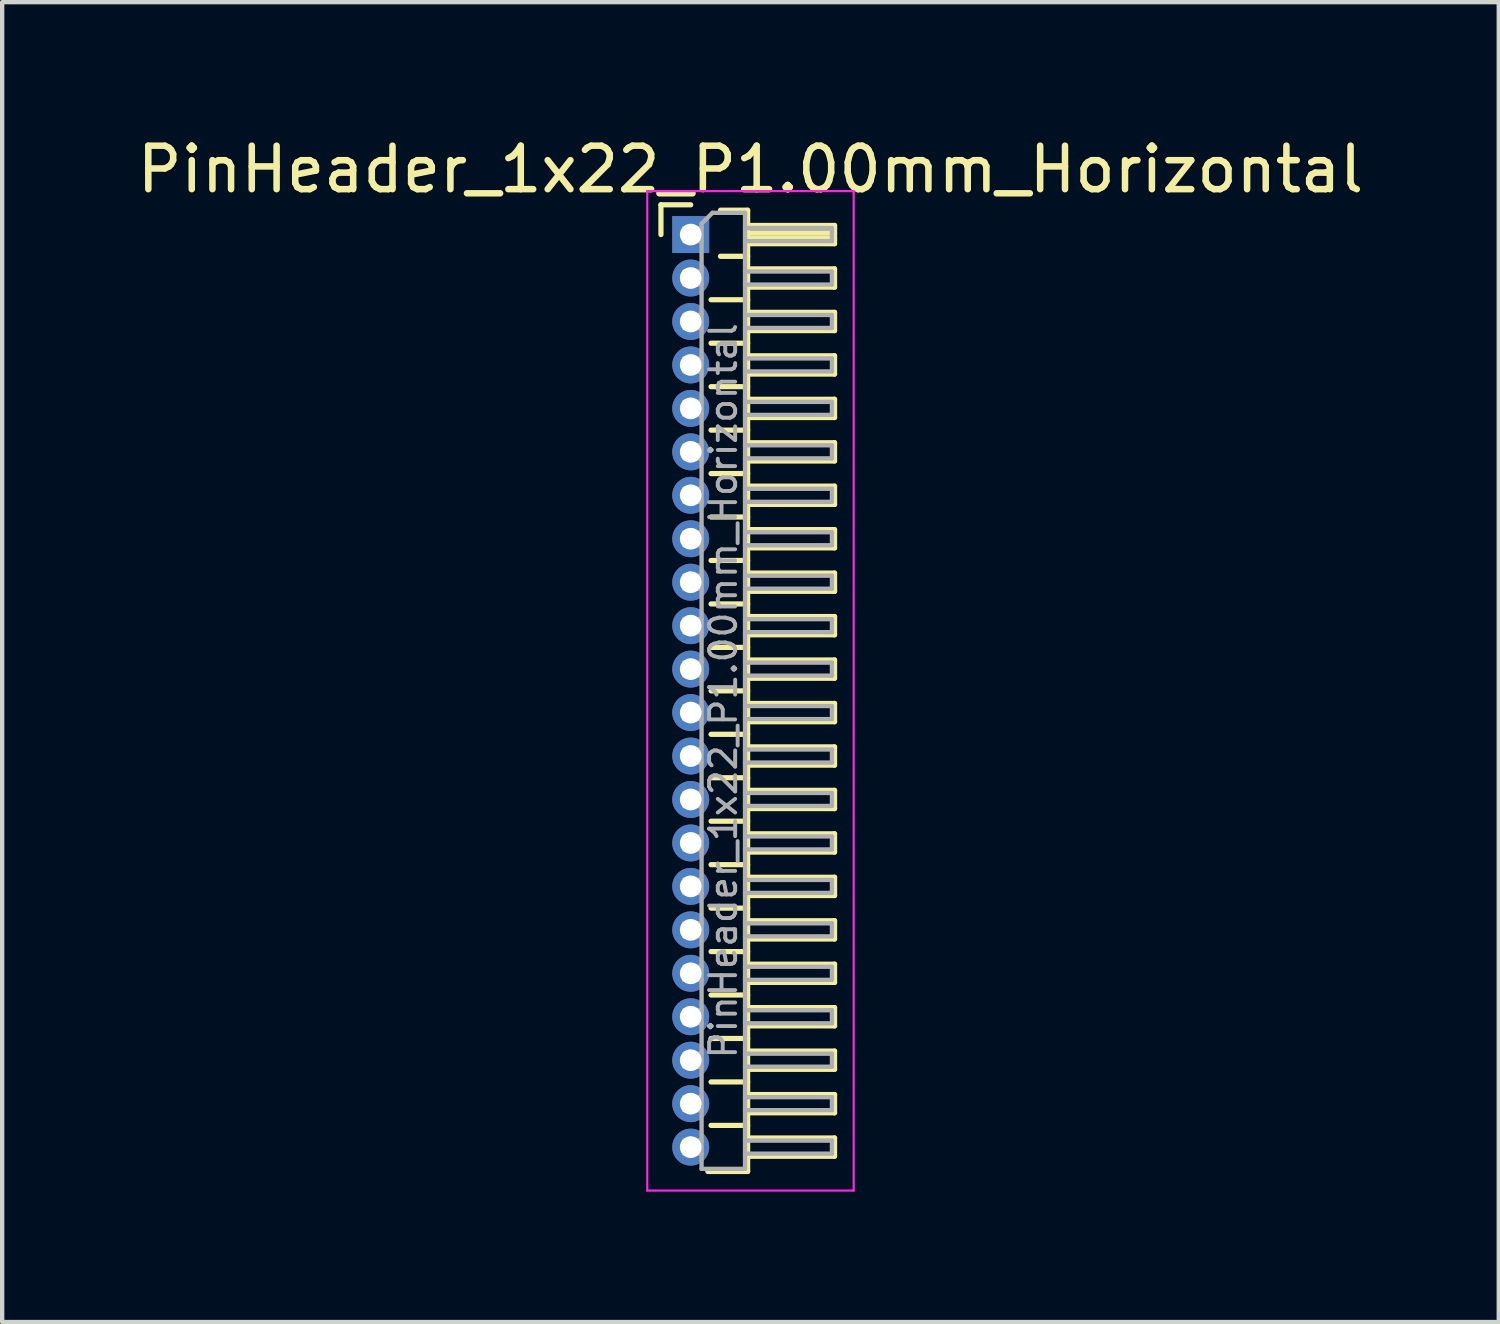
<source format=kicad_pcb>
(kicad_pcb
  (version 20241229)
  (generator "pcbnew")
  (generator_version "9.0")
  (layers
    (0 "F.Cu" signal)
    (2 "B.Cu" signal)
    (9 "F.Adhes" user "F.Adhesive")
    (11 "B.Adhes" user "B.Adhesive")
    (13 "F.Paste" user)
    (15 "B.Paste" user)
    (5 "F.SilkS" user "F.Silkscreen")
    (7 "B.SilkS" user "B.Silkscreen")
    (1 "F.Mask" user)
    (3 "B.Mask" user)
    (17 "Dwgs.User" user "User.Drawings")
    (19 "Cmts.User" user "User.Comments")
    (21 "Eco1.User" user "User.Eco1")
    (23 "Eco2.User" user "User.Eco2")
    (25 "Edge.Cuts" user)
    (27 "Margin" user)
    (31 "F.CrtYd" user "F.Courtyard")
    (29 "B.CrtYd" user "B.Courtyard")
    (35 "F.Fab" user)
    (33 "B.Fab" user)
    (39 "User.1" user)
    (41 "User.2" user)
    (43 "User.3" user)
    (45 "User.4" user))
  (footprint "PinHeader_1x22_P1.00mm_Horizontal"
    (layer "F.Cu")
    (at 12.845 2.348)
    (property "Reference" "PinHeader_1x22_P1.00mm_Horizontal" (at 1.375 -1.5 0) (layer "F.SilkS") (effects (font (size 1 1) (thickness 0.15))))
    (attr through_hole)
    (fp_line (start -0.685 -0.685) (end 0 -0.685) (stroke (width 0.12) (type solid)) (layer "F.SilkS"))
    (fp_line (start -0.685 0) (end -0.685 -0.685) (stroke (width 0.12) (type solid)) (layer "F.SilkS"))
    (fp_line (start 0.468 1.5) (end 1.31 1.5) (stroke (width 0.12) (type solid)) (layer "F.SilkS"))
    (fp_line (start 0.468 2.5) (end 1.31 2.5) (stroke (width 0.12) (type solid)) (layer "F.SilkS"))
    (fp_line (start 0.468 3.5) (end 1.31 3.5) (stroke (width 0.12) (type solid)) (layer "F.SilkS"))
    (fp_line (start 0.468 4.5) (end 1.31 4.5) (stroke (width 0.12) (type solid)) (layer "F.SilkS"))
    (fp_line (start 0.468 5.5) (end 1.31 5.5) (stroke (width 0.12) (type solid)) (layer "F.SilkS"))
    (fp_line (start 0.468 6.5) (end 1.31 6.5) (stroke (width 0.12) (type solid)) (layer "F.SilkS"))
    (fp_line (start 0.468 7.5) (end 1.31 7.5) (stroke (width 0.12) (type solid)) (layer "F.SilkS"))
    (fp_line (start 0.468 8.5) (end 1.31 8.5) (stroke (width 0.12) (type solid)) (layer "F.SilkS"))
    (fp_line (start 0.468 9.5) (end 1.31 9.5) (stroke (width 0.12) (type solid)) (layer "F.SilkS"))
    (fp_line (start 0.468 10.5) (end 1.31 10.5) (stroke (width 0.12) (type solid)) (layer "F.SilkS"))
    (fp_line (start 0.468 11.5) (end 1.31 11.5) (stroke (width 0.12) (type solid)) (layer "F.SilkS"))
    (fp_line (start 0.468 12.5) (end 1.31 12.5) (stroke (width 0.12) (type solid)) (layer "F.SilkS"))
    (fp_line (start 0.468 13.5) (end 1.31 13.5) (stroke (width 0.12) (type solid)) (layer "F.SilkS"))
    (fp_line (start 0.468 14.5) (end 1.31 14.5) (stroke (width 0.12) (type solid)) (layer "F.SilkS"))
    (fp_line (start 0.468 15.5) (end 1.31 15.5) (stroke (width 0.12) (type solid)) (layer "F.SilkS"))
    (fp_line (start 0.468 16.5) (end 1.31 16.5) (stroke (width 0.12) (type solid)) (layer "F.SilkS"))
    (fp_line (start 0.468 17.5) (end 1.31 17.5) (stroke (width 0.12) (type solid)) (layer "F.SilkS"))
    (fp_line (start 0.468 18.5) (end 1.31 18.5) (stroke (width 0.12) (type solid)) (layer "F.SilkS"))
    (fp_line (start 0.468 19.5) (end 1.31 19.5) (stroke (width 0.12) (type solid)) (layer "F.SilkS"))
    (fp_line (start 0.468 20.5) (end 1.31 20.5) (stroke (width 0.12) (type solid)) (layer "F.SilkS"))
    (fp_line (start 0.685 -0.56) (end 1.31 -0.56) (stroke (width 0.12) (type solid)) (layer "F.SilkS"))
    (fp_line (start 0.685 0.5) (end 1.31 0.5) (stroke (width 0.12) (type solid)) (layer "F.SilkS"))
    (fp_line (start 1.31 -0.56) (end 1.31 21.56) (stroke (width 0.12) (type solid)) (layer "F.SilkS"))
    (fp_line (start 1.31 -0.21) (end 3.31 -0.21) (stroke (width 0.12) (type solid)) (layer "F.SilkS"))
    (fp_line (start 1.31 -0.15) (end 3.31 -0.15) (stroke (width 0.12) (type solid)) (layer "F.SilkS"))
    (fp_line (start 1.31 -0.03) (end 3.31 -0.03) (stroke (width 0.12) (type solid)) (layer "F.SilkS"))
    (fp_line (start 1.31 0.09) (end 3.31 0.09) (stroke (width 0.12) (type solid)) (layer "F.SilkS"))
    (fp_line (start 1.31 0.79) (end 3.31 0.79) (stroke (width 0.12) (type solid)) (layer "F.SilkS"))
    (fp_line (start 1.31 1.79) (end 3.31 1.79) (stroke (width 0.12) (type solid)) (layer "F.SilkS"))
    (fp_line (start 1.31 2.79) (end 3.31 2.79) (stroke (width 0.12) (type solid)) (layer "F.SilkS"))
    (fp_line (start 1.31 3.79) (end 3.31 3.79) (stroke (width 0.12) (type solid)) (layer "F.SilkS"))
    (fp_line (start 1.31 4.79) (end 3.31 4.79) (stroke (width 0.12) (type solid)) (layer "F.SilkS"))
    (fp_line (start 1.31 5.79) (end 3.31 5.79) (stroke (width 0.12) (type solid)) (layer "F.SilkS"))
    (fp_line (start 1.31 6.79) (end 3.31 6.79) (stroke (width 0.12) (type solid)) (layer "F.SilkS"))
    (fp_line (start 1.31 7.79) (end 3.31 7.79) (stroke (width 0.12) (type solid)) (layer "F.SilkS"))
    (fp_line (start 1.31 8.79) (end 3.31 8.79) (stroke (width 0.12) (type solid)) (layer "F.SilkS"))
    (fp_line (start 1.31 9.79) (end 3.31 9.79) (stroke (width 0.12) (type solid)) (layer "F.SilkS"))
    (fp_line (start 1.31 10.79) (end 3.31 10.79) (stroke (width 0.12) (type solid)) (layer "F.SilkS"))
    (fp_line (start 1.31 11.79) (end 3.31 11.79) (stroke (width 0.12) (type solid)) (layer "F.SilkS"))
    (fp_line (start 1.31 12.79) (end 3.31 12.79) (stroke (width 0.12) (type solid)) (layer "F.SilkS"))
    (fp_line (start 1.31 13.79) (end 3.31 13.79) (stroke (width 0.12) (type solid)) (layer "F.SilkS"))
    (fp_line (start 1.31 14.79) (end 3.31 14.79) (stroke (width 0.12) (type solid)) (layer "F.SilkS"))
    (fp_line (start 1.31 15.79) (end 3.31 15.79) (stroke (width 0.12) (type solid)) (layer "F.SilkS"))
    (fp_line (start 1.31 16.79) (end 3.31 16.79) (stroke (width 0.12) (type solid)) (layer "F.SilkS"))
    (fp_line (start 1.31 17.79) (end 3.31 17.79) (stroke (width 0.12) (type solid)) (layer "F.SilkS"))
    (fp_line (start 1.31 18.79) (end 3.31 18.79) (stroke (width 0.12) (type solid)) (layer "F.SilkS"))
    (fp_line (start 1.31 19.79) (end 3.31 19.79) (stroke (width 0.12) (type solid)) (layer "F.SilkS"))
    (fp_line (start 1.31 20.79) (end 3.31 20.79) (stroke (width 0.12) (type solid)) (layer "F.SilkS"))
    (fp_line (start 1.31 21.56) (end 0.394 21.56) (stroke (width 0.12) (type solid)) (layer "F.SilkS"))
    (fp_line (start 3.31 -0.21) (end 3.31 0.21) (stroke (width 0.12) (type solid)) (layer "F.SilkS"))
    (fp_line (start 3.31 0.21) (end 1.31 0.21) (stroke (width 0.12) (type solid)) (layer "F.SilkS"))
    (fp_line (start 3.31 0.79) (end 3.31 1.21) (stroke (width 0.12) (type solid)) (layer "F.SilkS"))
    (fp_line (start 3.31 1.21) (end 1.31 1.21) (stroke (width 0.12) (type solid)) (layer "F.SilkS"))
    (fp_line (start 3.31 1.79) (end 3.31 2.21) (stroke (width 0.12) (type solid)) (layer "F.SilkS"))
    (fp_line (start 3.31 2.21) (end 1.31 2.21) (stroke (width 0.12) (type solid)) (layer "F.SilkS"))
    (fp_line (start 3.31 2.79) (end 3.31 3.21) (stroke (width 0.12) (type solid)) (layer "F.SilkS"))
    (fp_line (start 3.31 3.21) (end 1.31 3.21) (stroke (width 0.12) (type solid)) (layer "F.SilkS"))
    (fp_line (start 3.31 3.79) (end 3.31 4.21) (stroke (width 0.12) (type solid)) (layer "F.SilkS"))
    (fp_line (start 3.31 4.21) (end 1.31 4.21) (stroke (width 0.12) (type solid)) (layer "F.SilkS"))
    (fp_line (start 3.31 4.79) (end 3.31 5.21) (stroke (width 0.12) (type solid)) (layer "F.SilkS"))
    (fp_line (start 3.31 5.21) (end 1.31 5.21) (stroke (width 0.12) (type solid)) (layer "F.SilkS"))
    (fp_line (start 3.31 5.79) (end 3.31 6.21) (stroke (width 0.12) (type solid)) (layer "F.SilkS"))
    (fp_line (start 3.31 6.21) (end 1.31 6.21) (stroke (width 0.12) (type solid)) (layer "F.SilkS"))
    (fp_line (start 3.31 6.79) (end 3.31 7.21) (stroke (width 0.12) (type solid)) (layer "F.SilkS"))
    (fp_line (start 3.31 7.21) (end 1.31 7.21) (stroke (width 0.12) (type solid)) (layer "F.SilkS"))
    (fp_line (start 3.31 7.79) (end 3.31 8.21) (stroke (width 0.12) (type solid)) (layer "F.SilkS"))
    (fp_line (start 3.31 8.21) (end 1.31 8.21) (stroke (width 0.12) (type solid)) (layer "F.SilkS"))
    (fp_line (start 3.31 8.79) (end 3.31 9.21) (stroke (width 0.12) (type solid)) (layer "F.SilkS"))
    (fp_line (start 3.31 9.21) (end 1.31 9.21) (stroke (width 0.12) (type solid)) (layer "F.SilkS"))
    (fp_line (start 3.31 9.79) (end 3.31 10.21) (stroke (width 0.12) (type solid)) (layer "F.SilkS"))
    (fp_line (start 3.31 10.21) (end 1.31 10.21) (stroke (width 0.12) (type solid)) (layer "F.SilkS"))
    (fp_line (start 3.31 10.79) (end 3.31 11.21) (stroke (width 0.12) (type solid)) (layer "F.SilkS"))
    (fp_line (start 3.31 11.21) (end 1.31 11.21) (stroke (width 0.12) (type solid)) (layer "F.SilkS"))
    (fp_line (start 3.31 11.79) (end 3.31 12.21) (stroke (width 0.12) (type solid)) (layer "F.SilkS"))
    (fp_line (start 3.31 12.21) (end 1.31 12.21) (stroke (width 0.12) (type solid)) (layer "F.SilkS"))
    (fp_line (start 3.31 12.79) (end 3.31 13.21) (stroke (width 0.12) (type solid)) (layer "F.SilkS"))
    (fp_line (start 3.31 13.21) (end 1.31 13.21) (stroke (width 0.12) (type solid)) (layer "F.SilkS"))
    (fp_line (start 3.31 13.79) (end 3.31 14.21) (stroke (width 0.12) (type solid)) (layer "F.SilkS"))
    (fp_line (start 3.31 14.21) (end 1.31 14.21) (stroke (width 0.12) (type solid)) (layer "F.SilkS"))
    (fp_line (start 3.31 14.79) (end 3.31 15.21) (stroke (width 0.12) (type solid)) (layer "F.SilkS"))
    (fp_line (start 3.31 15.21) (end 1.31 15.21) (stroke (width 0.12) (type solid)) (layer "F.SilkS"))
    (fp_line (start 3.31 15.79) (end 3.31 16.21) (stroke (width 0.12) (type solid)) (layer "F.SilkS"))
    (fp_line (start 3.31 16.21) (end 1.31 16.21) (stroke (width 0.12) (type solid)) (layer "F.SilkS"))
    (fp_line (start 3.31 16.79) (end 3.31 17.21) (stroke (width 0.12) (type solid)) (layer "F.SilkS"))
    (fp_line (start 3.31 17.21) (end 1.31 17.21) (stroke (width 0.12) (type solid)) (layer "F.SilkS"))
    (fp_line (start 3.31 17.79) (end 3.31 18.21) (stroke (width 0.12) (type solid)) (layer "F.SilkS"))
    (fp_line (start 3.31 18.21) (end 1.31 18.21) (stroke (width 0.12) (type solid)) (layer "F.SilkS"))
    (fp_line (start 3.31 18.79) (end 3.31 19.21) (stroke (width 0.12) (type solid)) (layer "F.SilkS"))
    (fp_line (start 3.31 19.21) (end 1.31 19.21) (stroke (width 0.12) (type solid)) (layer "F.SilkS"))
    (fp_line (start 3.31 19.79) (end 3.31 20.21) (stroke (width 0.12) (type solid)) (layer "F.SilkS"))
    (fp_line (start 3.31 20.21) (end 1.31 20.21) (stroke (width 0.12) (type solid)) (layer "F.SilkS"))
    (fp_line (start 3.31 20.79) (end 3.31 21.21) (stroke (width 0.12) (type solid)) (layer "F.SilkS"))
    (fp_line (start 3.31 21.21) (end 1.31 21.21) (stroke (width 0.12) (type solid)) (layer "F.SilkS"))
    (fp_line (start -1 -1) (end -1 22) (stroke (width 0.05) (type solid)) (layer "F.CrtYd"))
    (fp_line (start -1 22) (end 3.75 22) (stroke (width 0.05) (type solid)) (layer "F.CrtYd"))
    (fp_line (start 3.75 -1) (end -1 -1) (stroke (width 0.05) (type solid)) (layer "F.CrtYd"))
    (fp_line (start 3.75 22) (end 3.75 -1) (stroke (width 0.05) (type solid)) (layer "F.CrtYd"))
    (fp_line (start -0.15 -0.15) (end -0.15 0.15) (stroke (width 0.1) (type solid)) (layer "F.Fab"))
    (fp_line (start -0.15 -0.15) (end 0.25 -0.15) (stroke (width 0.1) (type solid)) (layer "F.Fab"))
    (fp_line (start -0.15 0.15) (end 0.25 0.15) (stroke (width 0.1) (type solid)) (layer "F.Fab"))
    (fp_line (start -0.15 0.85) (end -0.15 1.15) (stroke (width 0.1) (type solid)) (layer "F.Fab"))
    (fp_line (start -0.15 0.85) (end 0.25 0.85) (stroke (width 0.1) (type solid)) (layer "F.Fab"))
    (fp_line (start -0.15 1.15) (end 0.25 1.15) (stroke (width 0.1) (type solid)) (layer "F.Fab"))
    (fp_line (start -0.15 1.85) (end -0.15 2.15) (stroke (width 0.1) (type solid)) (layer "F.Fab"))
    (fp_line (start -0.15 1.85) (end 0.25 1.85) (stroke (width 0.1) (type solid)) (layer "F.Fab"))
    (fp_line (start -0.15 2.15) (end 0.25 2.15) (stroke (width 0.1) (type solid)) (layer "F.Fab"))
    (fp_line (start -0.15 2.85) (end -0.15 3.15) (stroke (width 0.1) (type solid)) (layer "F.Fab"))
    (fp_line (start -0.15 2.85) (end 0.25 2.85) (stroke (width 0.1) (type solid)) (layer "F.Fab"))
    (fp_line (start -0.15 3.15) (end 0.25 3.15) (stroke (width 0.1) (type solid)) (layer "F.Fab"))
    (fp_line (start -0.15 3.85) (end -0.15 4.15) (stroke (width 0.1) (type solid)) (layer "F.Fab"))
    (fp_line (start -0.15 3.85) (end 0.25 3.85) (stroke (width 0.1) (type solid)) (layer "F.Fab"))
    (fp_line (start -0.15 4.15) (end 0.25 4.15) (stroke (width 0.1) (type solid)) (layer "F.Fab"))
    (fp_line (start -0.15 4.85) (end -0.15 5.15) (stroke (width 0.1) (type solid)) (layer "F.Fab"))
    (fp_line (start -0.15 4.85) (end 0.25 4.85) (stroke (width 0.1) (type solid)) (layer "F.Fab"))
    (fp_line (start -0.15 5.15) (end 0.25 5.15) (stroke (width 0.1) (type solid)) (layer "F.Fab"))
    (fp_line (start -0.15 5.85) (end -0.15 6.15) (stroke (width 0.1) (type solid)) (layer "F.Fab"))
    (fp_line (start -0.15 5.85) (end 0.25 5.85) (stroke (width 0.1) (type solid)) (layer "F.Fab"))
    (fp_line (start -0.15 6.15) (end 0.25 6.15) (stroke (width 0.1) (type solid)) (layer "F.Fab"))
    (fp_line (start -0.15 6.85) (end -0.15 7.15) (stroke (width 0.1) (type solid)) (layer "F.Fab"))
    (fp_line (start -0.15 6.85) (end 0.25 6.85) (stroke (width 0.1) (type solid)) (layer "F.Fab"))
    (fp_line (start -0.15 7.15) (end 0.25 7.15) (stroke (width 0.1) (type solid)) (layer "F.Fab"))
    (fp_line (start -0.15 7.85) (end -0.15 8.15) (stroke (width 0.1) (type solid)) (layer "F.Fab"))
    (fp_line (start -0.15 7.85) (end 0.25 7.85) (stroke (width 0.1) (type solid)) (layer "F.Fab"))
    (fp_line (start -0.15 8.15) (end 0.25 8.15) (stroke (width 0.1) (type solid)) (layer "F.Fab"))
    (fp_line (start -0.15 8.85) (end -0.15 9.15) (stroke (width 0.1) (type solid)) (layer "F.Fab"))
    (fp_line (start -0.15 8.85) (end 0.25 8.85) (stroke (width 0.1) (type solid)) (layer "F.Fab"))
    (fp_line (start -0.15 9.15) (end 0.25 9.15) (stroke (width 0.1) (type solid)) (layer "F.Fab"))
    (fp_line (start -0.15 9.85) (end -0.15 10.15) (stroke (width 0.1) (type solid)) (layer "F.Fab"))
    (fp_line (start -0.15 9.85) (end 0.25 9.85) (stroke (width 0.1) (type solid)) (layer "F.Fab"))
    (fp_line (start -0.15 10.15) (end 0.25 10.15) (stroke (width 0.1) (type solid)) (layer "F.Fab"))
    (fp_line (start -0.15 10.85) (end -0.15 11.15) (stroke (width 0.1) (type solid)) (layer "F.Fab"))
    (fp_line (start -0.15 10.85) (end 0.25 10.85) (stroke (width 0.1) (type solid)) (layer "F.Fab"))
    (fp_line (start -0.15 11.15) (end 0.25 11.15) (stroke (width 0.1) (type solid)) (layer "F.Fab"))
    (fp_line (start -0.15 11.85) (end -0.15 12.15) (stroke (width 0.1) (type solid)) (layer "F.Fab"))
    (fp_line (start -0.15 11.85) (end 0.25 11.85) (stroke (width 0.1) (type solid)) (layer "F.Fab"))
    (fp_line (start -0.15 12.15) (end 0.25 12.15) (stroke (width 0.1) (type solid)) (layer "F.Fab"))
    (fp_line (start -0.15 12.85) (end -0.15 13.15) (stroke (width 0.1) (type solid)) (layer "F.Fab"))
    (fp_line (start -0.15 12.85) (end 0.25 12.85) (stroke (width 0.1) (type solid)) (layer "F.Fab"))
    (fp_line (start -0.15 13.15) (end 0.25 13.15) (stroke (width 0.1) (type solid)) (layer "F.Fab"))
    (fp_line (start -0.15 13.85) (end -0.15 14.15) (stroke (width 0.1) (type solid)) (layer "F.Fab"))
    (fp_line (start -0.15 13.85) (end 0.25 13.85) (stroke (width 0.1) (type solid)) (layer "F.Fab"))
    (fp_line (start -0.15 14.15) (end 0.25 14.15) (stroke (width 0.1) (type solid)) (layer "F.Fab"))
    (fp_line (start -0.15 14.85) (end -0.15 15.15) (stroke (width 0.1) (type solid)) (layer "F.Fab"))
    (fp_line (start -0.15 14.85) (end 0.25 14.85) (stroke (width 0.1) (type solid)) (layer "F.Fab"))
    (fp_line (start -0.15 15.15) (end 0.25 15.15) (stroke (width 0.1) (type solid)) (layer "F.Fab"))
    (fp_line (start -0.15 15.85) (end -0.15 16.15) (stroke (width 0.1) (type solid)) (layer "F.Fab"))
    (fp_line (start -0.15 15.85) (end 0.25 15.85) (stroke (width 0.1) (type solid)) (layer "F.Fab"))
    (fp_line (start -0.15 16.15) (end 0.25 16.15) (stroke (width 0.1) (type solid)) (layer "F.Fab"))
    (fp_line (start -0.15 16.85) (end -0.15 17.15) (stroke (width 0.1) (type solid)) (layer "F.Fab"))
    (fp_line (start -0.15 16.85) (end 0.25 16.85) (stroke (width 0.1) (type solid)) (layer "F.Fab"))
    (fp_line (start -0.15 17.15) (end 0.25 17.15) (stroke (width 0.1) (type solid)) (layer "F.Fab"))
    (fp_line (start -0.15 17.85) (end -0.15 18.15) (stroke (width 0.1) (type solid)) (layer "F.Fab"))
    (fp_line (start -0.15 17.85) (end 0.25 17.85) (stroke (width 0.1) (type solid)) (layer "F.Fab"))
    (fp_line (start -0.15 18.15) (end 0.25 18.15) (stroke (width 0.1) (type solid)) (layer "F.Fab"))
    (fp_line (start -0.15 18.85) (end -0.15 19.15) (stroke (width 0.1) (type solid)) (layer "F.Fab"))
    (fp_line (start -0.15 18.85) (end 0.25 18.85) (stroke (width 0.1) (type solid)) (layer "F.Fab"))
    (fp_line (start -0.15 19.15) (end 0.25 19.15) (stroke (width 0.1) (type solid)) (layer "F.Fab"))
    (fp_line (start -0.15 19.85) (end -0.15 20.15) (stroke (width 0.1) (type solid)) (layer "F.Fab"))
    (fp_line (start -0.15 19.85) (end 0.25 19.85) (stroke (width 0.1) (type solid)) (layer "F.Fab"))
    (fp_line (start -0.15 20.15) (end 0.25 20.15) (stroke (width 0.1) (type solid)) (layer "F.Fab"))
    (fp_line (start -0.15 20.85) (end -0.15 21.15) (stroke (width 0.1) (type solid)) (layer "F.Fab"))
    (fp_line (start -0.15 20.85) (end 0.25 20.85) (stroke (width 0.1) (type solid)) (layer "F.Fab"))
    (fp_line (start -0.15 21.15) (end 0.25 21.15) (stroke (width 0.1) (type solid)) (layer "F.Fab"))
    (fp_line (start 0.25 -0.25) (end 0.5 -0.5) (stroke (width 0.1) (type solid)) (layer "F.Fab"))
    (fp_line (start 0.25 21.5) (end 0.25 -0.25) (stroke (width 0.1) (type solid)) (layer "F.Fab"))
    (fp_line (start 0.5 -0.5) (end 1.25 -0.5) (stroke (width 0.1) (type solid)) (layer "F.Fab"))
    (fp_line (start 1.25 -0.5) (end 1.25 21.5) (stroke (width 0.1) (type solid)) (layer "F.Fab"))
    (fp_line (start 1.25 -0.15) (end 3.25 -0.15) (stroke (width 0.1) (type solid)) (layer "F.Fab"))
    (fp_line (start 1.25 0.15) (end 3.25 0.15) (stroke (width 0.1) (type solid)) (layer "F.Fab"))
    (fp_line (start 1.25 0.85) (end 3.25 0.85) (stroke (width 0.1) (type solid)) (layer "F.Fab"))
    (fp_line (start 1.25 1.15) (end 3.25 1.15) (stroke (width 0.1) (type solid)) (layer "F.Fab"))
    (fp_line (start 1.25 1.85) (end 3.25 1.85) (stroke (width 0.1) (type solid)) (layer "F.Fab"))
    (fp_line (start 1.25 2.15) (end 3.25 2.15) (stroke (width 0.1) (type solid)) (layer "F.Fab"))
    (fp_line (start 1.25 2.85) (end 3.25 2.85) (stroke (width 0.1) (type solid)) (layer "F.Fab"))
    (fp_line (start 1.25 3.15) (end 3.25 3.15) (stroke (width 0.1) (type solid)) (layer "F.Fab"))
    (fp_line (start 1.25 3.85) (end 3.25 3.85) (stroke (width 0.1) (type solid)) (layer "F.Fab"))
    (fp_line (start 1.25 4.15) (end 3.25 4.15) (stroke (width 0.1) (type solid)) (layer "F.Fab"))
    (fp_line (start 1.25 4.85) (end 3.25 4.85) (stroke (width 0.1) (type solid)) (layer "F.Fab"))
    (fp_line (start 1.25 5.15) (end 3.25 5.15) (stroke (width 0.1) (type solid)) (layer "F.Fab"))
    (fp_line (start 1.25 5.85) (end 3.25 5.85) (stroke (width 0.1) (type solid)) (layer "F.Fab"))
    (fp_line (start 1.25 6.15) (end 3.25 6.15) (stroke (width 0.1) (type solid)) (layer "F.Fab"))
    (fp_line (start 1.25 6.85) (end 3.25 6.85) (stroke (width 0.1) (type solid)) (layer "F.Fab"))
    (fp_line (start 1.25 7.15) (end 3.25 7.15) (stroke (width 0.1) (type solid)) (layer "F.Fab"))
    (fp_line (start 1.25 7.85) (end 3.25 7.85) (stroke (width 0.1) (type solid)) (layer "F.Fab"))
    (fp_line (start 1.25 8.15) (end 3.25 8.15) (stroke (width 0.1) (type solid)) (layer "F.Fab"))
    (fp_line (start 1.25 8.85) (end 3.25 8.85) (stroke (width 0.1) (type solid)) (layer "F.Fab"))
    (fp_line (start 1.25 9.15) (end 3.25 9.15) (stroke (width 0.1) (type solid)) (layer "F.Fab"))
    (fp_line (start 1.25 9.85) (end 3.25 9.85) (stroke (width 0.1) (type solid)) (layer "F.Fab"))
    (fp_line (start 1.25 10.15) (end 3.25 10.15) (stroke (width 0.1) (type solid)) (layer "F.Fab"))
    (fp_line (start 1.25 10.85) (end 3.25 10.85) (stroke (width 0.1) (type solid)) (layer "F.Fab"))
    (fp_line (start 1.25 11.15) (end 3.25 11.15) (stroke (width 0.1) (type solid)) (layer "F.Fab"))
    (fp_line (start 1.25 11.85) (end 3.25 11.85) (stroke (width 0.1) (type solid)) (layer "F.Fab"))
    (fp_line (start 1.25 12.15) (end 3.25 12.15) (stroke (width 0.1) (type solid)) (layer "F.Fab"))
    (fp_line (start 1.25 12.85) (end 3.25 12.85) (stroke (width 0.1) (type solid)) (layer "F.Fab"))
    (fp_line (start 1.25 13.15) (end 3.25 13.15) (stroke (width 0.1) (type solid)) (layer "F.Fab"))
    (fp_line (start 1.25 13.85) (end 3.25 13.85) (stroke (width 0.1) (type solid)) (layer "F.Fab"))
    (fp_line (start 1.25 14.15) (end 3.25 14.15) (stroke (width 0.1) (type solid)) (layer "F.Fab"))
    (fp_line (start 1.25 14.85) (end 3.25 14.85) (stroke (width 0.1) (type solid)) (layer "F.Fab"))
    (fp_line (start 1.25 15.15) (end 3.25 15.15) (stroke (width 0.1) (type solid)) (layer "F.Fab"))
    (fp_line (start 1.25 15.85) (end 3.25 15.85) (stroke (width 0.1) (type solid)) (layer "F.Fab"))
    (fp_line (start 1.25 16.15) (end 3.25 16.15) (stroke (width 0.1) (type solid)) (layer "F.Fab"))
    (fp_line (start 1.25 16.85) (end 3.25 16.85) (stroke (width 0.1) (type solid)) (layer "F.Fab"))
    (fp_line (start 1.25 17.15) (end 3.25 17.15) (stroke (width 0.1) (type solid)) (layer "F.Fab"))
    (fp_line (start 1.25 17.85) (end 3.25 17.85) (stroke (width 0.1) (type solid)) (layer "F.Fab"))
    (fp_line (start 1.25 18.15) (end 3.25 18.15) (stroke (width 0.1) (type solid)) (layer "F.Fab"))
    (fp_line (start 1.25 18.85) (end 3.25 18.85) (stroke (width 0.1) (type solid)) (layer "F.Fab"))
    (fp_line (start 1.25 19.15) (end 3.25 19.15) (stroke (width 0.1) (type solid)) (layer "F.Fab"))
    (fp_line (start 1.25 19.85) (end 3.25 19.85) (stroke (width 0.1) (type solid)) (layer "F.Fab"))
    (fp_line (start 1.25 20.15) (end 3.25 20.15) (stroke (width 0.1) (type solid)) (layer "F.Fab"))
    (fp_line (start 1.25 20.85) (end 3.25 20.85) (stroke (width 0.1) (type solid)) (layer "F.Fab"))
    (fp_line (start 1.25 21.15) (end 3.25 21.15) (stroke (width 0.1) (type solid)) (layer "F.Fab"))
    (fp_line (start 1.25 21.5) (end 0.25 21.5) (stroke (width 0.1) (type solid)) (layer "F.Fab"))
    (fp_line (start 3.25 -0.15) (end 3.25 0.15) (stroke (width 0.1) (type solid)) (layer "F.Fab"))
    (fp_line (start 3.25 0.85) (end 3.25 1.15) (stroke (width 0.1) (type solid)) (layer "F.Fab"))
    (fp_line (start 3.25 1.85) (end 3.25 2.15) (stroke (width 0.1) (type solid)) (layer "F.Fab"))
    (fp_line (start 3.25 2.85) (end 3.25 3.15) (stroke (width 0.1) (type solid)) (layer "F.Fab"))
    (fp_line (start 3.25 3.85) (end 3.25 4.15) (stroke (width 0.1) (type solid)) (layer "F.Fab"))
    (fp_line (start 3.25 4.85) (end 3.25 5.15) (stroke (width 0.1) (type solid)) (layer "F.Fab"))
    (fp_line (start 3.25 5.85) (end 3.25 6.15) (stroke (width 0.1) (type solid)) (layer "F.Fab"))
    (fp_line (start 3.25 6.85) (end 3.25 7.15) (stroke (width 0.1) (type solid)) (layer "F.Fab"))
    (fp_line (start 3.25 7.85) (end 3.25 8.15) (stroke (width 0.1) (type solid)) (layer "F.Fab"))
    (fp_line (start 3.25 8.85) (end 3.25 9.15) (stroke (width 0.1) (type solid)) (layer "F.Fab"))
    (fp_line (start 3.25 9.85) (end 3.25 10.15) (stroke (width 0.1) (type solid)) (layer "F.Fab"))
    (fp_line (start 3.25 10.85) (end 3.25 11.15) (stroke (width 0.1) (type solid)) (layer "F.Fab"))
    (fp_line (start 3.25 11.85) (end 3.25 12.15) (stroke (width 0.1) (type solid)) (layer "F.Fab"))
    (fp_line (start 3.25 12.85) (end 3.25 13.15) (stroke (width 0.1) (type solid)) (layer "F.Fab"))
    (fp_line (start 3.25 13.85) (end 3.25 14.15) (stroke (width 0.1) (type solid)) (layer "F.Fab"))
    (fp_line (start 3.25 14.85) (end 3.25 15.15) (stroke (width 0.1) (type solid)) (layer "F.Fab"))
    (fp_line (start 3.25 15.85) (end 3.25 16.15) (stroke (width 0.1) (type solid)) (layer "F.Fab"))
    (fp_line (start 3.25 16.85) (end 3.25 17.15) (stroke (width 0.1) (type solid)) (layer "F.Fab"))
    (fp_line (start 3.25 17.85) (end 3.25 18.15) (stroke (width 0.1) (type solid)) (layer "F.Fab"))
    (fp_line (start 3.25 18.85) (end 3.25 19.15) (stroke (width 0.1) (type solid)) (layer "F.Fab"))
    (fp_line (start 3.25 19.85) (end 3.25 20.15) (stroke (width 0.1) (type solid)) (layer "F.Fab"))
    (fp_line (start 3.25 20.85) (end 3.25 21.15) (stroke (width 0.1) (type solid)) (layer "F.Fab"))
    (fp_text user "${REFERENCE}" (at 0.75 10.5 90) (layer "F.Fab") (effects (font (size 0.6 0.6) (thickness 0.09))))
    (pad "1" thru_hole rect (at 0 0) (size 0.85 0.85) (drill 0.5) (layers "*.Cu" "*.Mask"))
    (pad "2" thru_hole oval (at 0 1) (size 0.85 0.85) (drill 0.5) (layers "*.Cu" "*.Mask"))
    (pad "3" thru_hole oval (at 0 2) (size 0.85 0.85) (drill 0.5) (layers "*.Cu" "*.Mask"))
    (pad "4" thru_hole oval (at 0 3) (size 0.85 0.85) (drill 0.5) (layers "*.Cu" "*.Mask"))
    (pad "5" thru_hole oval (at 0 4) (size 0.85 0.85) (drill 0.5) (layers "*.Cu" "*.Mask"))
    (pad "6" thru_hole oval (at 0 5) (size 0.85 0.85) (drill 0.5) (layers "*.Cu" "*.Mask"))
    (pad "7" thru_hole oval (at 0 6) (size 0.85 0.85) (drill 0.5) (layers "*.Cu" "*.Mask"))
    (pad "8" thru_hole oval (at 0 7) (size 0.85 0.85) (drill 0.5) (layers "*.Cu" "*.Mask"))
    (pad "9" thru_hole oval (at 0 8) (size 0.85 0.85) (drill 0.5) (layers "*.Cu" "*.Mask"))
    (pad "10" thru_hole oval (at 0 9) (size 0.85 0.85) (drill 0.5) (layers "*.Cu" "*.Mask"))
    (pad "11" thru_hole oval (at 0 10) (size 0.85 0.85) (drill 0.5) (layers "*.Cu" "*.Mask"))
    (pad "12" thru_hole oval (at 0 11) (size 0.85 0.85) (drill 0.5) (layers "*.Cu" "*.Mask"))
    (pad "13" thru_hole oval (at 0 12) (size 0.85 0.85) (drill 0.5) (layers "*.Cu" "*.Mask"))
    (pad "14" thru_hole oval (at 0 13) (size 0.85 0.85) (drill 0.5) (layers "*.Cu" "*.Mask"))
    (pad "15" thru_hole oval (at 0 14) (size 0.85 0.85) (drill 0.5) (layers "*.Cu" "*.Mask"))
    (pad "16" thru_hole oval (at 0 15) (size 0.85 0.85) (drill 0.5) (layers "*.Cu" "*.Mask"))
    (pad "17" thru_hole oval (at 0 16) (size 0.85 0.85) (drill 0.5) (layers "*.Cu" "*.Mask"))
    (pad "18" thru_hole oval (at 0 17) (size 0.85 0.85) (drill 0.5) (layers "*.Cu" "*.Mask"))
    (pad "19" thru_hole oval (at 0 18) (size 0.85 0.85) (drill 0.5) (layers "*.Cu" "*.Mask"))
    (pad "20" thru_hole oval (at 0 19) (size 0.85 0.85) (drill 0.5) (layers "*.Cu" "*.Mask"))
    (pad "21" thru_hole oval (at 0 20) (size 0.85 0.85) (drill 0.5) (layers "*.Cu" "*.Mask"))
    (pad "22" thru_hole oval (at 0 21) (size 0.85 0.85) (drill 0.5) (layers "*.Cu" "*.Mask")))
  (gr_rect
    (start -3 -3)
    (end 31.44 27.373)
    (stroke (width 0.1) (type default))
    (fill no)
    (layer "Edge.Cuts")))
</source>
